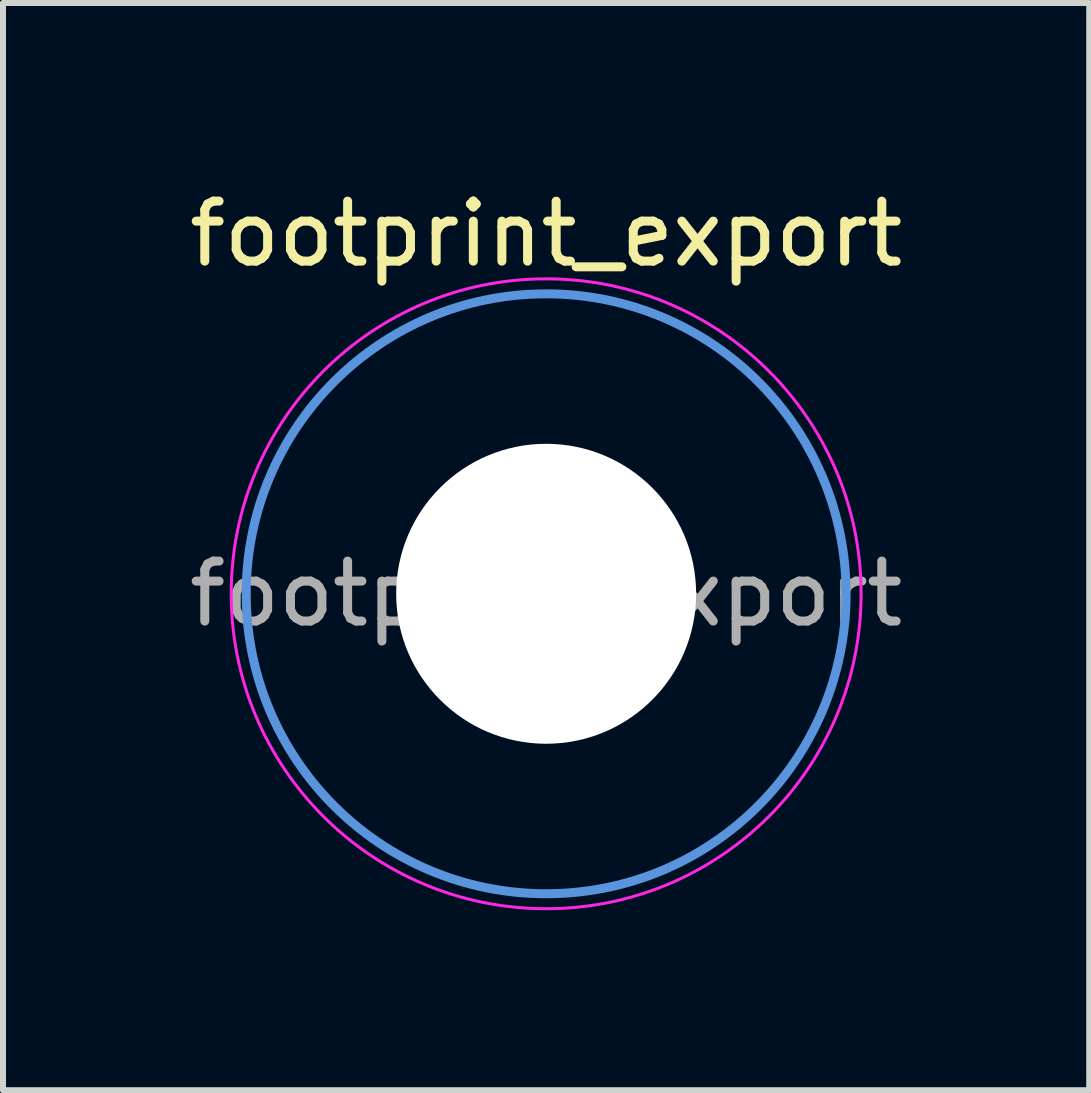
<source format=kicad_pcb>
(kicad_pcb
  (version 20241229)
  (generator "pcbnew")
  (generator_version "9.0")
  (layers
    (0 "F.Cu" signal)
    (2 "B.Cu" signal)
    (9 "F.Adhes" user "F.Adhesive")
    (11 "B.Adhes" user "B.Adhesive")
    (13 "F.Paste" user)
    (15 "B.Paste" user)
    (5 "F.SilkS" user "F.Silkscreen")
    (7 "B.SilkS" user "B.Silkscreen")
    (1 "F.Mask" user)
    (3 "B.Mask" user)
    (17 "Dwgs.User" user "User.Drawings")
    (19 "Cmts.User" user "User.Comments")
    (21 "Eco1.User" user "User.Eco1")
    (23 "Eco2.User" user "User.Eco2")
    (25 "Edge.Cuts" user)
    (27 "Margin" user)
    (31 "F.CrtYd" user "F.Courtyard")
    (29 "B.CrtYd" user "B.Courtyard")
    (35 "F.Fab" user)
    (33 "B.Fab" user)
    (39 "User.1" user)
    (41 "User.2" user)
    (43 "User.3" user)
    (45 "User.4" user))
  (footprint "footprint_export"
    (layer "F.Cu")
    (at 6.054 6.848)
    (property "Reference" "footprint_export" (at 0 -6 0) (layer "F.SilkS") (effects (font (size 1 1) (thickness 0.15))))
    (attr exclude_from_pos_files exclude_from_bom)
    (fp_circle (center 0 0) (end 5 0) (stroke (width 0.15) (type solid)) (fill no) (layer "Cmts.User"))
    (fp_circle (center 0 0) (end 5.25 0) (stroke (width 0.05) (type solid)) (fill no) (layer "F.CrtYd"))
    (fp_text user "${REFERENCE}" (at 0 0 0) (layer "F.Fab") (effects (font (size 1 1) (thickness 0.15))))
    (pad "" np_thru_hole circle (at 0 0) (size 5 5) (drill 5) (layers "*.Cu" "*.Mask")))
  (gr_rect
    (start -3 -3)
    (end 15.107 15.123)
    (stroke (width 0.1) (type default))
    (fill no)
    (layer "Edge.Cuts")))
</source>
